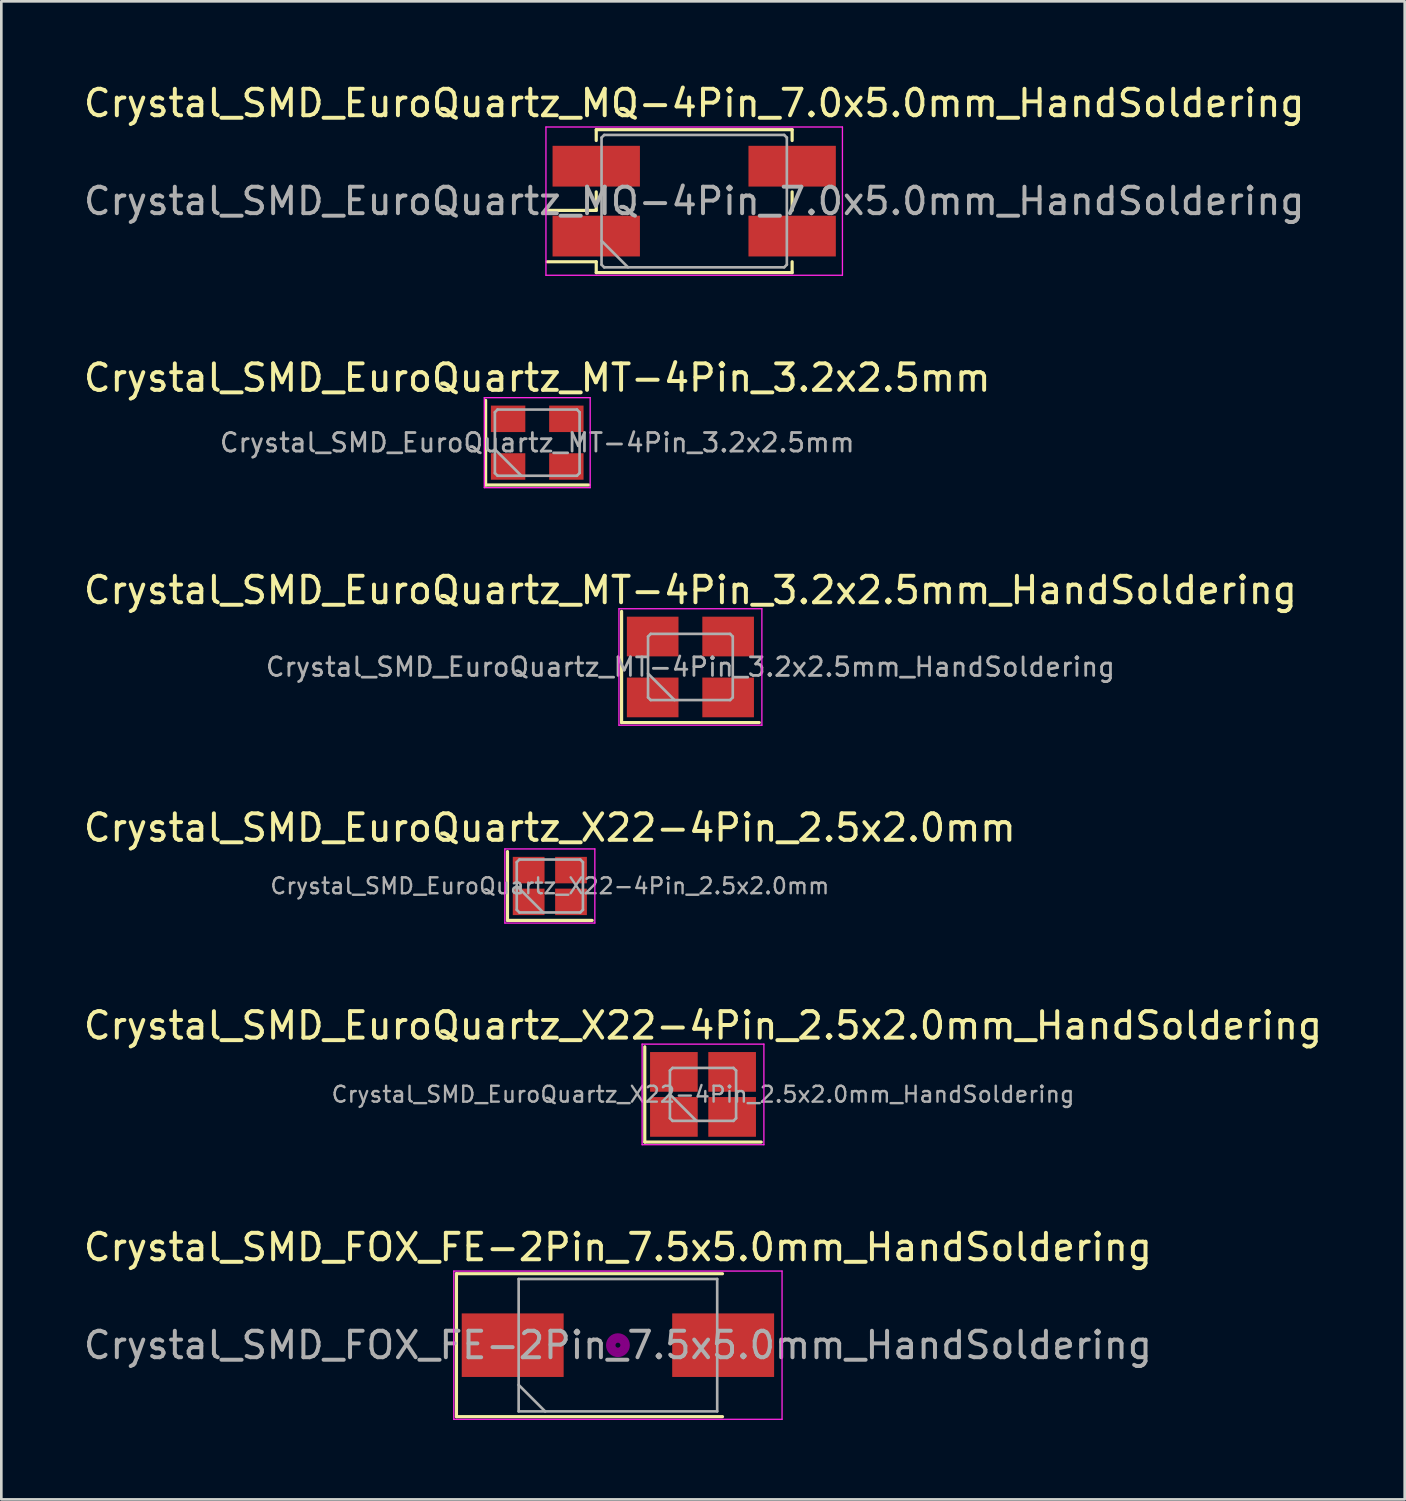
<source format=kicad_pcb>
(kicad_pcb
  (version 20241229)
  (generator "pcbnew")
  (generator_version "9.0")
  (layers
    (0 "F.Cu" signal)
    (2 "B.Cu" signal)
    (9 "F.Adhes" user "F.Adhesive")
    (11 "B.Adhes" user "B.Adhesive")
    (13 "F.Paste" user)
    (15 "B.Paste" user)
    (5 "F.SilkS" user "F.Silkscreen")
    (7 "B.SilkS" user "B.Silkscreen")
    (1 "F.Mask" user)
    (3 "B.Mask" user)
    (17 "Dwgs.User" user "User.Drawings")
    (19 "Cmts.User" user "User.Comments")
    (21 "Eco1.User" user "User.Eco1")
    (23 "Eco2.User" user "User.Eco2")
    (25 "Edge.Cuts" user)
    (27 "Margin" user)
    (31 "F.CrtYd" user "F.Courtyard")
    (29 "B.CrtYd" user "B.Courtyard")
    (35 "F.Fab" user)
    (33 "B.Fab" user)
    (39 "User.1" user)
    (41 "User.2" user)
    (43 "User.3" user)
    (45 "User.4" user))
  (footprint "Crystal_SMD_EuroQuartz_X22-4Pin_2.5x2.0mm_HandSoldering"
    (layer "F.Cu")
    (at 23.506 38.291)
    (property "Reference" "Crystal_SMD_EuroQuartz_X22-4Pin_2.5x2.0mm_HandSoldering" (at 0 -2.6 0) (layer "F.SilkS") (effects (font (size 1 1) (thickness 0.15))))
    (attr smd)
    (fp_line (start -2.2 -1.8) (end -2.2 1.8) (stroke (width 0.12) (type solid)) (layer "F.SilkS"))
    (fp_line (start -2.2 1.8) (end 2.2 1.8) (stroke (width 0.12) (type solid)) (layer "F.SilkS"))
    (fp_line (start -2.3 -1.9) (end -2.3 1.9) (stroke (width 0.05) (type solid)) (layer "F.CrtYd"))
    (fp_line (start -2.3 1.9) (end 2.3 1.9) (stroke (width 0.05) (type solid)) (layer "F.CrtYd"))
    (fp_line (start 2.3 -1.9) (end -2.3 -1.9) (stroke (width 0.05) (type solid)) (layer "F.CrtYd"))
    (fp_line (start 2.3 1.9) (end 2.3 -1.9) (stroke (width 0.05) (type solid)) (layer "F.CrtYd"))
    (fp_line (start -1.25 -0.9) (end -1.15 -1) (stroke (width 0.1) (type solid)) (layer "F.Fab"))
    (fp_line (start -1.25 0) (end -0.25 1) (stroke (width 0.1) (type solid)) (layer "F.Fab"))
    (fp_line (start -1.25 0.9) (end -1.25 -0.9) (stroke (width 0.1) (type solid)) (layer "F.Fab"))
    (fp_line (start -1.15 -1) (end 1.15 -1) (stroke (width 0.1) (type solid)) (layer "F.Fab"))
    (fp_line (start -1.15 1) (end -1.25 0.9) (stroke (width 0.1) (type solid)) (layer "F.Fab"))
    (fp_line (start 1.15 -1) (end 1.25 -0.9) (stroke (width 0.1) (type solid)) (layer "F.Fab"))
    (fp_line (start 1.15 1) (end -1.15 1) (stroke (width 0.1) (type solid)) (layer "F.Fab"))
    (fp_line (start 1.25 -0.9) (end 1.25 0.9) (stroke (width 0.1) (type solid)) (layer "F.Fab"))
    (fp_line (start 1.25 0.9) (end 1.15 1) (stroke (width 0.1) (type solid)) (layer "F.Fab"))
    (fp_text user "${REFERENCE}" (at 0 0 0) (layer "F.Fab") (effects (font (size 0.6 0.6) (thickness 0.09))))
    (pad "1" smd rect (at -1.1 0.85) (size 1.8 1.5) (layers "F.Cu" "F.Mask" "F.Paste"))
    (pad "2" smd rect (at 1.1 0.85) (size 1.8 1.5) (layers "F.Cu" "F.Mask" "F.Paste"))
    (pad "3" smd rect (at 1.1 -0.85) (size 1.8 1.5) (layers "F.Cu" "F.Mask" "F.Paste"))
    (pad "4" smd rect (at -1.1 -0.85) (size 1.8 1.5) (layers "F.Cu" "F.Mask" "F.Paste")))
  (footprint "Crystal_SMD_FOX_FE-2Pin_7.5x5.0mm_HandSoldering"
    (layer "F.Cu")
    (at 20.292 47.764)
    (property "Reference" "Crystal_SMD_FOX_FE-2Pin_7.5x5.0mm_HandSoldering" (at 0 -3.7 0) (layer "F.SilkS") (effects (font (size 1 1) (thickness 0.15))))
    (attr smd)
    (fp_line (start -6.1 -2.7) (end -6.1 2.7) (stroke (width 0.12) (type solid)) (layer "F.SilkS"))
    (fp_line (start -6.1 2.7) (end 3.95 2.7) (stroke (width 0.12) (type solid)) (layer "F.SilkS"))
    (fp_line (start 3.95 -2.7) (end -6.1 -2.7) (stroke (width 0.12) (type solid)) (layer "F.SilkS"))
    (fp_circle (center 0 0) (end 0.093 0) (stroke (width 0.187) (type solid)) (fill no) (layer "F.Adhes"))
    (fp_circle (center 0 0) (end 0.213 0) (stroke (width 0.133) (type solid)) (fill no) (layer "F.Adhes"))
    (fp_circle (center 0 0) (end 0.333 0) (stroke (width 0.133) (type solid)) (fill no) (layer "F.Adhes"))
    (fp_circle (center 0 0) (end 0.4 0) (stroke (width 0.1) (type solid)) (fill no) (layer "F.Adhes"))
    (fp_line (start -6.2 -2.8) (end -6.2 2.8) (stroke (width 0.05) (type solid)) (layer "F.CrtYd"))
    (fp_line (start -6.2 2.8) (end 6.2 2.8) (stroke (width 0.05) (type solid)) (layer "F.CrtYd"))
    (fp_line (start 6.2 -2.8) (end -6.2 -2.8) (stroke (width 0.05) (type solid)) (layer "F.CrtYd"))
    (fp_line (start 6.2 2.8) (end 6.2 -2.8) (stroke (width 0.05) (type solid)) (layer "F.CrtYd"))
    (fp_line (start -3.75 -2.5) (end -3.75 2.5) (stroke (width 0.1) (type solid)) (layer "F.Fab"))
    (fp_line (start -3.75 1.5) (end -2.75 2.5) (stroke (width 0.1) (type solid)) (layer "F.Fab"))
    (fp_line (start -3.75 2.5) (end 3.75 2.5) (stroke (width 0.1) (type solid)) (layer "F.Fab"))
    (fp_line (start 3.75 -2.5) (end -3.75 -2.5) (stroke (width 0.1) (type solid)) (layer "F.Fab"))
    (fp_line (start 3.75 2.5) (end 3.75 -2.5) (stroke (width 0.1) (type solid)) (layer "F.Fab"))
    (fp_text user "${REFERENCE}" (at 0 0 0) (layer "F.Fab") (effects (font (size 1 1) (thickness 0.15))))
    (pad "1" smd rect (at -3.975 0) (size 3.85 2.4) (layers "F.Cu" "F.Mask" "F.Paste"))
    (pad "2" smd rect (at 3.975 0) (size 3.85 2.4) (layers "F.Cu" "F.Mask" "F.Paste")))
  (footprint "Crystal_SMD_EuroQuartz_MT-4Pin_3.2x2.5mm"
    (layer "F.Cu")
    (at 17.244 13.671)
    (property "Reference" "Crystal_SMD_EuroQuartz_MT-4Pin_3.2x2.5mm" (at 0 -2.45 0) (layer "F.SilkS") (effects (font (size 1 1) (thickness 0.15))))
    (attr smd)
    (fp_line (start -1.95 -1.6) (end -1.95 1.6) (stroke (width 0.12) (type solid)) (layer "F.SilkS"))
    (fp_line (start -1.95 1.6) (end 1.95 1.6) (stroke (width 0.12) (type solid)) (layer "F.SilkS"))
    (fp_line (start -2 -1.7) (end -2 1.7) (stroke (width 0.05) (type solid)) (layer "F.CrtYd"))
    (fp_line (start -2 1.7) (end 2 1.7) (stroke (width 0.05) (type solid)) (layer "F.CrtYd"))
    (fp_line (start 2 -1.7) (end -2 -1.7) (stroke (width 0.05) (type solid)) (layer "F.CrtYd"))
    (fp_line (start 2 1.7) (end 2 -1.7) (stroke (width 0.05) (type solid)) (layer "F.CrtYd"))
    (fp_line (start -1.6 -1.15) (end -1.5 -1.25) (stroke (width 0.1) (type solid)) (layer "F.Fab"))
    (fp_line (start -1.6 0.25) (end -0.6 1.25) (stroke (width 0.1) (type solid)) (layer "F.Fab"))
    (fp_line (start -1.6 1.15) (end -1.6 -1.15) (stroke (width 0.1) (type solid)) (layer "F.Fab"))
    (fp_line (start -1.5 -1.25) (end 1.5 -1.25) (stroke (width 0.1) (type solid)) (layer "F.Fab"))
    (fp_line (start -1.5 1.25) (end -1.6 1.15) (stroke (width 0.1) (type solid)) (layer "F.Fab"))
    (fp_line (start 1.5 -1.25) (end 1.6 -1.15) (stroke (width 0.1) (type solid)) (layer "F.Fab"))
    (fp_line (start 1.5 1.25) (end -1.5 1.25) (stroke (width 0.1) (type solid)) (layer "F.Fab"))
    (fp_line (start 1.6 -1.15) (end 1.6 1.15) (stroke (width 0.1) (type solid)) (layer "F.Fab"))
    (fp_line (start 1.6 1.15) (end 1.5 1.25) (stroke (width 0.1) (type solid)) (layer "F.Fab"))
    (fp_text user "${REFERENCE}" (at 0 0 0) (layer "F.Fab") (effects (font (size 0.7 0.7) (thickness 0.105))))
    (pad "1" smd rect (at -1.1 0.9) (size 1.3 1) (layers "F.Cu" "F.Mask" "F.Paste"))
    (pad "2" smd rect (at 1.1 0.9) (size 1.3 1) (layers "F.Cu" "F.Mask" "F.Paste"))
    (pad "3" smd rect (at 1.1 -0.9) (size 1.3 1) (layers "F.Cu" "F.Mask" "F.Paste"))
    (pad "4" smd rect (at -1.1 -0.9) (size 1.3 1) (layers "F.Cu" "F.Mask" "F.Paste")))
  (footprint "Crystal_SMD_EuroQuartz_MQ-4Pin_7.0x5.0mm_HandSoldering"
    (layer "F.Cu")
    (at 23.173 4.548)
    (property "Reference" "Crystal_SMD_EuroQuartz_MQ-4Pin_7.0x5.0mm_HandSoldering" (at 0 -3.7 0) (layer "F.SilkS") (effects (font (size 1 1) (thickness 0.15))))
    (attr smd)
    (fp_line (start -5.55 0.35) (end -3.7 0.35) (stroke (width 0.12) (type solid)) (layer "F.SilkS"))
    (fp_line (start -5.55 2.29) (end -3.7 2.29) (stroke (width 0.12) (type solid)) (layer "F.SilkS"))
    (fp_line (start -3.7 -2.7) (end 3.7 -2.7) (stroke (width 0.12) (type solid)) (layer "F.SilkS"))
    (fp_line (start -3.7 -2.29) (end -3.7 -2.7) (stroke (width 0.12) (type solid)) (layer "F.SilkS"))
    (fp_line (start -3.7 0.35) (end -3.7 -0.35) (stroke (width 0.12) (type solid)) (layer "F.SilkS"))
    (fp_line (start -3.7 2.29) (end -3.7 2.7) (stroke (width 0.12) (type solid)) (layer "F.SilkS"))
    (fp_line (start -3.7 2.7) (end 3.7 2.7) (stroke (width 0.12) (type solid)) (layer "F.SilkS"))
    (fp_line (start 3.7 -2.7) (end 3.7 -2.29) (stroke (width 0.12) (type solid)) (layer "F.SilkS"))
    (fp_line (start 3.7 -0.35) (end 3.7 0.35) (stroke (width 0.12) (type solid)) (layer "F.SilkS"))
    (fp_line (start 3.7 2.7) (end 3.7 2.29) (stroke (width 0.12) (type solid)) (layer "F.SilkS"))
    (fp_line (start -5.6 -2.8) (end -5.6 2.8) (stroke (width 0.05) (type solid)) (layer "F.CrtYd"))
    (fp_line (start -5.6 2.8) (end 5.6 2.8) (stroke (width 0.05) (type solid)) (layer "F.CrtYd"))
    (fp_line (start 5.6 -2.8) (end -5.6 -2.8) (stroke (width 0.05) (type solid)) (layer "F.CrtYd"))
    (fp_line (start 5.6 2.8) (end 5.6 -2.8) (stroke (width 0.05) (type solid)) (layer "F.CrtYd"))
    (fp_line (start -3.5 -2.4) (end -3.4 -2.5) (stroke (width 0.1) (type solid)) (layer "F.Fab"))
    (fp_line (start -3.5 1.5) (end -2.5 2.5) (stroke (width 0.1) (type solid)) (layer "F.Fab"))
    (fp_line (start -3.5 2.4) (end -3.5 -2.4) (stroke (width 0.1) (type solid)) (layer "F.Fab"))
    (fp_line (start -3.4 -2.5) (end 3.4 -2.5) (stroke (width 0.1) (type solid)) (layer "F.Fab"))
    (fp_line (start -3.4 2.5) (end -3.5 2.4) (stroke (width 0.1) (type solid)) (layer "F.Fab"))
    (fp_line (start 3.4 -2.5) (end 3.5 -2.4) (stroke (width 0.1) (type solid)) (layer "F.Fab"))
    (fp_line (start 3.4 2.5) (end -3.4 2.5) (stroke (width 0.1) (type solid)) (layer "F.Fab"))
    (fp_line (start 3.5 -2.4) (end 3.5 2.4) (stroke (width 0.1) (type solid)) (layer "F.Fab"))
    (fp_line (start 3.5 2.4) (end 3.4 2.5) (stroke (width 0.1) (type solid)) (layer "F.Fab"))
    (fp_text user "${REFERENCE}" (at 0 0 0) (layer "F.Fab") (effects (font (size 1 1) (thickness 0.15))))
    (pad "1" smd rect (at -3.7 1.32) (size 3.3 1.54) (layers "F.Cu" "F.Mask" "F.Paste"))
    (pad "2" smd rect (at 3.7 1.32) (size 3.3 1.54) (layers "F.Cu" "F.Mask" "F.Paste"))
    (pad "3" smd rect (at 3.7 -1.32) (size 3.3 1.54) (layers "F.Cu" "F.Mask" "F.Paste"))
    (pad "4" smd rect (at -3.7 -1.32) (size 3.3 1.54) (layers "F.Cu" "F.Mask" "F.Paste")))
  (footprint "Crystal_SMD_EuroQuartz_MT-4Pin_3.2x2.5mm_HandSoldering"
    (layer "F.Cu")
    (at 23.03 22.145)
    (property "Reference" "Crystal_SMD_EuroQuartz_MT-4Pin_3.2x2.5mm_HandSoldering" (at 0 -2.9 0) (layer "F.SilkS") (effects (font (size 1 1) (thickness 0.15))))
    (attr smd)
    (fp_line (start -2.6 -2.1) (end -2.6 2.1) (stroke (width 0.12) (type solid)) (layer "F.SilkS"))
    (fp_line (start -2.6 2.1) (end 2.6 2.1) (stroke (width 0.12) (type solid)) (layer "F.SilkS"))
    (fp_line (start -2.7 -2.2) (end -2.7 2.2) (stroke (width 0.05) (type solid)) (layer "F.CrtYd"))
    (fp_line (start -2.7 2.2) (end 2.7 2.2) (stroke (width 0.05) (type solid)) (layer "F.CrtYd"))
    (fp_line (start 2.7 -2.2) (end -2.7 -2.2) (stroke (width 0.05) (type solid)) (layer "F.CrtYd"))
    (fp_line (start 2.7 2.2) (end 2.7 -2.2) (stroke (width 0.05) (type solid)) (layer "F.CrtYd"))
    (fp_line (start -1.6 -1.15) (end -1.5 -1.25) (stroke (width 0.1) (type solid)) (layer "F.Fab"))
    (fp_line (start -1.6 0.25) (end -0.6 1.25) (stroke (width 0.1) (type solid)) (layer "F.Fab"))
    (fp_line (start -1.6 1.15) (end -1.6 -1.15) (stroke (width 0.1) (type solid)) (layer "F.Fab"))
    (fp_line (start -1.5 -1.25) (end 1.5 -1.25) (stroke (width 0.1) (type solid)) (layer "F.Fab"))
    (fp_line (start -1.5 1.25) (end -1.6 1.15) (stroke (width 0.1) (type solid)) (layer "F.Fab"))
    (fp_line (start 1.5 -1.25) (end 1.6 -1.15) (stroke (width 0.1) (type solid)) (layer "F.Fab"))
    (fp_line (start 1.5 1.25) (end -1.5 1.25) (stroke (width 0.1) (type solid)) (layer "F.Fab"))
    (fp_line (start 1.6 -1.15) (end 1.6 1.15) (stroke (width 0.1) (type solid)) (layer "F.Fab"))
    (fp_line (start 1.6 1.15) (end 1.5 1.25) (stroke (width 0.1) (type solid)) (layer "F.Fab"))
    (fp_text user "${REFERENCE}" (at 0 0 0) (layer "F.Fab") (effects (font (size 0.7 0.7) (thickness 0.105))))
    (pad "1" smd rect (at -1.425 1.15) (size 1.95 1.5) (layers "F.Cu" "F.Mask" "F.Paste"))
    (pad "2" smd rect (at 1.425 1.15) (size 1.95 1.5) (layers "F.Cu" "F.Mask" "F.Paste"))
    (pad "3" smd rect (at 1.425 -1.15) (size 1.95 1.5) (layers "F.Cu" "F.Mask" "F.Paste"))
    (pad "4" smd rect (at -1.425 -1.15) (size 1.95 1.5) (layers "F.Cu" "F.Mask" "F.Paste")))
  (footprint "Crystal_SMD_EuroQuartz_X22-4Pin_2.5x2.0mm"
    (layer "F.Cu")
    (at 17.72 30.418)
    (property "Reference" "Crystal_SMD_EuroQuartz_X22-4Pin_2.5x2.0mm" (at 0 -2.2 0) (layer "F.SilkS") (effects (font (size 1 1) (thickness 0.15))))
    (attr smd)
    (fp_line (start -1.6 -1.3) (end -1.6 1.3) (stroke (width 0.12) (type solid)) (layer "F.SilkS"))
    (fp_line (start -1.6 1.3) (end 1.6 1.3) (stroke (width 0.12) (type solid)) (layer "F.SilkS"))
    (fp_line (start -1.7 -1.4) (end -1.7 1.4) (stroke (width 0.05) (type solid)) (layer "F.CrtYd"))
    (fp_line (start -1.7 1.4) (end 1.7 1.4) (stroke (width 0.05) (type solid)) (layer "F.CrtYd"))
    (fp_line (start 1.7 -1.4) (end -1.7 -1.4) (stroke (width 0.05) (type solid)) (layer "F.CrtYd"))
    (fp_line (start 1.7 1.4) (end 1.7 -1.4) (stroke (width 0.05) (type solid)) (layer "F.CrtYd"))
    (fp_line (start -1.25 -0.9) (end -1.15 -1) (stroke (width 0.1) (type solid)) (layer "F.Fab"))
    (fp_line (start -1.25 0) (end -0.25 1) (stroke (width 0.1) (type solid)) (layer "F.Fab"))
    (fp_line (start -1.25 0.9) (end -1.25 -0.9) (stroke (width 0.1) (type solid)) (layer "F.Fab"))
    (fp_line (start -1.15 -1) (end 1.15 -1) (stroke (width 0.1) (type solid)) (layer "F.Fab"))
    (fp_line (start -1.15 1) (end -1.25 0.9) (stroke (width 0.1) (type solid)) (layer "F.Fab"))
    (fp_line (start 1.15 -1) (end 1.25 -0.9) (stroke (width 0.1) (type solid)) (layer "F.Fab"))
    (fp_line (start 1.15 1) (end -1.15 1) (stroke (width 0.1) (type solid)) (layer "F.Fab"))
    (fp_line (start 1.25 -0.9) (end 1.25 0.9) (stroke (width 0.1) (type solid)) (layer "F.Fab"))
    (fp_line (start 1.25 0.9) (end 1.15 1) (stroke (width 0.1) (type solid)) (layer "F.Fab"))
    (fp_text user "${REFERENCE}" (at 0 0 0) (layer "F.Fab") (effects (font (size 0.6 0.6) (thickness 0.09))))
    (pad "1" smd rect (at -0.8 0.6) (size 1.2 1) (layers "F.Cu" "F.Mask" "F.Paste"))
    (pad "2" smd rect (at 0.8 0.6) (size 1.2 1) (layers "F.Cu" "F.Mask" "F.Paste"))
    (pad "3" smd rect (at 0.8 -0.6) (size 1.2 1) (layers "F.Cu" "F.Mask" "F.Paste"))
    (pad "4" smd rect (at -0.8 -0.6) (size 1.2 1) (layers "F.Cu" "F.Mask" "F.Paste")))
  (gr_rect
    (start -3 -3)
    (end 50.012 53.59)
    (stroke (width 0.1) (type default))
    (fill no)
    (layer "Edge.Cuts")))
</source>
